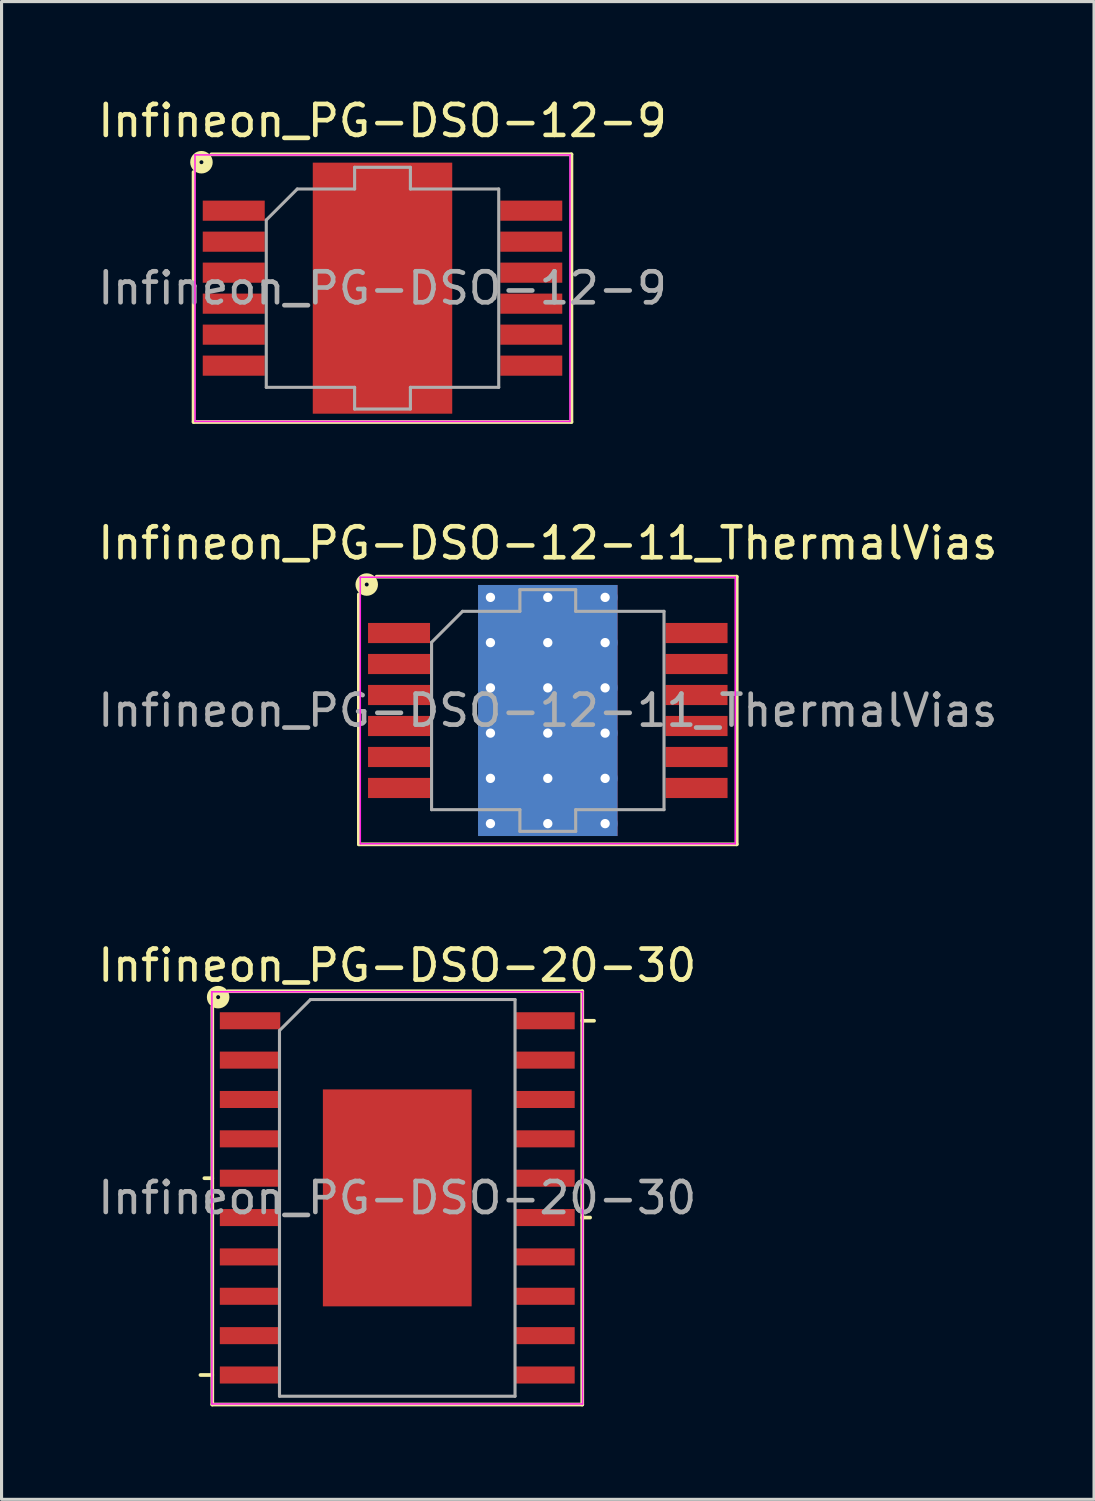
<source format=kicad_pcb>
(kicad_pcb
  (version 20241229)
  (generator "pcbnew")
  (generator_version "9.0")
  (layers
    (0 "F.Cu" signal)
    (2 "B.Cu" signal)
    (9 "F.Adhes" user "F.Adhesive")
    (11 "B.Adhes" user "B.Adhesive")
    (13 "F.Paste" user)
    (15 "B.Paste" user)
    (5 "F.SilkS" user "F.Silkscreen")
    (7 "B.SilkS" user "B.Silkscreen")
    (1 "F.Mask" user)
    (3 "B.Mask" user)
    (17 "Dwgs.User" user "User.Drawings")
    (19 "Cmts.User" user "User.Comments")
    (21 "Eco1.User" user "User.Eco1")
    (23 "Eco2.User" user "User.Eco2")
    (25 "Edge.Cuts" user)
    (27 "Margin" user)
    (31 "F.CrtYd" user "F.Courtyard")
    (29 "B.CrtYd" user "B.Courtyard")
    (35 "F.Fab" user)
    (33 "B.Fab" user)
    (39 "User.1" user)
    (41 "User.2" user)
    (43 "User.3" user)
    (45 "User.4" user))
  (footprint "Infineon_PG-DSO-12-11_ThermalVias"
    (layer "F.Cu")
    (at 14.625 19.875)
    (property "Reference" "Infineon_PG-DSO-12-11_ThermalVias" (at 0 -5.4 0) (layer "F.SilkS") (effects (font (size 1 1) (thickness 0.15))))
    (attr smd)
    (fp_line (start -6.096 -3.747) (end -6.096 4.318) (stroke (width 0.12) (type solid)) (layer "F.SilkS"))
    (fp_line (start -6.096 4.318) (end 6.096 4.318) (stroke (width 0.12) (type solid)) (layer "F.SilkS"))
    (fp_line (start 6.096 -4.318) (end -5.524 -4.318) (stroke (width 0.12) (type solid)) (layer "F.SilkS"))
    (fp_line (start 6.096 4.318) (end 6.096 -4.318) (stroke (width 0.12) (type solid)) (layer "F.SilkS"))
    (fp_circle (center -5.842 -4.064) (end -5.779 -4.064) (stroke (width 0.3) (type solid)) (fill no) (layer "F.SilkS"))
    (fp_line (start -6.05 -4.3) (end 6.05 -4.3) (stroke (width 0.05) (type solid)) (layer "F.CrtYd"))
    (fp_line (start -6.05 4.3) (end -6.05 -4.3) (stroke (width 0.05) (type solid)) (layer "F.CrtYd"))
    (fp_line (start 6.05 -4.3) (end 6.05 4.3) (stroke (width 0.05) (type solid)) (layer "F.CrtYd"))
    (fp_line (start 6.05 4.3) (end -6.05 4.3) (stroke (width 0.05) (type solid)) (layer "F.CrtYd"))
    (fp_line (start -3.75 3.2) (end -3.75 -2.2) (stroke (width 0.1) (type solid)) (layer "F.Fab"))
    (fp_line (start -2.75 -3.2) (end -3.75 -2.2) (stroke (width 0.1) (type solid)) (layer "F.Fab"))
    (fp_line (start -2.75 -3.2) (end -0.9 -3.2) (stroke (width 0.1) (type solid)) (layer "F.Fab"))
    (fp_line (start -0.9 -3.9) (end 0.9 -3.9) (stroke (width 0.1) (type solid)) (layer "F.Fab"))
    (fp_line (start -0.9 -3.2) (end -0.9 -3.9) (stroke (width 0.1) (type solid)) (layer "F.Fab"))
    (fp_line (start -0.9 3.2) (end -3.75 3.2) (stroke (width 0.1) (type solid)) (layer "F.Fab"))
    (fp_line (start -0.9 3.9) (end -0.9 3.2) (stroke (width 0.1) (type solid)) (layer "F.Fab"))
    (fp_line (start 0.9 -3.9) (end 0.9 -3.2) (stroke (width 0.1) (type solid)) (layer "F.Fab"))
    (fp_line (start 0.9 -3.2) (end 3.75 -3.2) (stroke (width 0.1) (type solid)) (layer "F.Fab"))
    (fp_line (start 0.9 3.2) (end 0.9 3.9) (stroke (width 0.1) (type solid)) (layer "F.Fab"))
    (fp_line (start 0.9 3.9) (end -0.9 3.9) (stroke (width 0.1) (type solid)) (layer "F.Fab"))
    (fp_line (start 3.75 -3.2) (end 3.75 3.2) (stroke (width 0.1) (type solid)) (layer "F.Fab"))
    (fp_line (start 3.75 3.2) (end 0.9 3.2) (stroke (width 0.1) (type solid)) (layer "F.Fab"))
    (fp_text user "${REFERENCE}" (at 0 0 0) (layer "F.Fab") (effects (font (size 1 1) (thickness 0.15))))
    (pad "" smd rect (at -0.925 -2.92) (size 1.55 1.16) (layers "F.Paste"))
    (pad "" smd rect (at -0.925 -1.46) (size 1.55 1.16) (layers "F.Paste"))
    (pad "" smd rect (at -0.925 0) (size 1.55 1.16) (layers "F.Paste"))
    (pad "" smd rect (at -0.925 1.46) (size 1.55 1.16) (layers "F.Paste"))
    (pad "" smd rect (at -0.925 2.92) (size 1.55 1.16) (layers "F.Paste"))
    (pad "" smd rect (at 0.925 -2.92) (size 1.55 1.16) (layers "F.Paste"))
    (pad "" smd rect (at 0.925 -1.46) (size 1.55 1.16) (layers "F.Paste"))
    (pad "" smd rect (at 0.925 0) (size 1.55 1.16) (layers "F.Paste"))
    (pad "" smd rect (at 0.925 1.46) (size 1.55 1.16) (layers "F.Paste"))
    (pad "" smd rect (at 0.925 2.92) (size 1.55 1.16) (layers "F.Paste"))
    (pad "1" smd rect (at -4.8 -2.5) (size 2 0.65) (layers "F.Cu" "F.Mask" "F.Paste"))
    (pad "2" smd rect (at -4.8 -1.5) (size 2 0.65) (layers "F.Cu" "F.Mask" "F.Paste"))
    (pad "3" smd rect (at -4.8 -0.5) (size 2 0.65) (layers "F.Cu" "F.Mask" "F.Paste"))
    (pad "4" smd rect (at -4.8 0.5) (size 2 0.65) (layers "F.Cu" "F.Mask" "F.Paste"))
    (pad "5" smd rect (at -4.8 1.5) (size 2 0.65) (layers "F.Cu" "F.Mask" "F.Paste"))
    (pad "6" smd rect (at -4.8 2.5) (size 2 0.65) (layers "F.Cu" "F.Mask" "F.Paste"))
    (pad "7" smd rect (at 4.8 2.5) (size 2 0.65) (layers "F.Cu" "F.Mask" "F.Paste"))
    (pad "8" smd rect (at 4.8 1.5) (size 2 0.65) (layers "F.Cu" "F.Mask" "F.Paste"))
    (pad "9" smd rect (at 4.8 0.5) (size 2 0.65) (layers "F.Cu" "F.Mask" "F.Paste"))
    (pad "10" smd rect (at 4.8 -0.5) (size 2 0.65) (layers "F.Cu" "F.Mask" "F.Paste"))
    (pad "11" smd rect (at 4.8 -1.5) (size 2 0.65) (layers "F.Cu" "F.Mask" "F.Paste"))
    (pad "12" smd rect (at 4.8 -2.5) (size 2 0.65) (layers "F.Cu" "F.Mask" "F.Paste"))
    (pad "13" thru_hole circle (at -1.85 -3.65) (size 0.8 0.8) (drill 0.3) (layers "*.Cu"))
    (pad "13" thru_hole circle (at -1.85 -2.19) (size 0.8 0.8) (drill 0.3) (layers "*.Cu"))
    (pad "13" thru_hole circle (at -1.85 -0.73) (size 0.8 0.8) (drill 0.3) (layers "*.Cu"))
    (pad "13" thru_hole circle (at -1.85 0.73) (size 0.8 0.8) (drill 0.3) (layers "*.Cu"))
    (pad "13" thru_hole circle (at -1.85 2.19) (size 0.8 0.8) (drill 0.3) (layers "*.Cu"))
    (pad "13" thru_hole circle (at -1.85 3.65) (size 0.8 0.8) (drill 0.3) (layers "*.Cu"))
    (pad "13" thru_hole circle (at 0 -3.65) (size 0.8 0.8) (drill 0.3) (layers "*.Cu"))
    (pad "13" thru_hole circle (at 0 -2.19) (size 0.8 0.8) (drill 0.3) (layers "*.Cu"))
    (pad "13" thru_hole circle (at 0 -0.73) (size 0.8 0.8) (drill 0.3) (layers "*.Cu"))
    (pad "13" smd rect (at 0 0) (size 4.5 8.1) (layers "F.Cu" "F.Mask"))
    (pad "13" smd rect (at 0 0) (size 4.5 8.1) (layers "B.Cu" "B.Mask"))
    (pad "13" thru_hole circle (at 0 0.73) (size 0.8 0.8) (drill 0.3) (layers "*.Cu"))
    (pad "13" thru_hole circle (at 0 2.19) (size 0.8 0.8) (drill 0.3) (layers "*.Cu"))
    (pad "13" thru_hole circle (at 0 3.65) (size 0.8 0.8) (drill 0.3) (layers "*.Cu"))
    (pad "13" thru_hole circle (at 1.85 -3.65) (size 0.8 0.8) (drill 0.3) (layers "*.Cu"))
    (pad "13" thru_hole circle (at 1.85 -2.19) (size 0.8 0.8) (drill 0.3) (layers "*.Cu"))
    (pad "13" thru_hole circle (at 1.85 -0.73) (size 0.8 0.8) (drill 0.3) (layers "*.Cu"))
    (pad "13" thru_hole circle (at 1.85 0.73) (size 0.8 0.8) (drill 0.3) (layers "*.Cu"))
    (pad "13" thru_hole circle (at 1.85 2.19) (size 0.8 0.8) (drill 0.3) (layers "*.Cu"))
    (pad "13" thru_hole circle (at 1.85 3.65) (size 0.8 0.8) (drill 0.3) (layers "*.Cu")))
  (footprint "Infineon_PG-DSO-20-30"
    (layer "F.Cu")
    (at 9.768 35.601)
    (property "Reference" "Infineon_PG-DSO-20-30" (at 0 -7.5 0) (layer "F.SilkS") (effects (font (size 1 1) (thickness 0.15))))
    (attr smd)
    (fp_line (start -5.969 -6.16) (end -5.969 6.668) (stroke (width 0.12) (type solid)) (layer "F.SilkS"))
    (fp_line (start -5.969 -0.635) (end -6.223 -0.635) (stroke (width 0.12) (type solid)) (layer "F.SilkS"))
    (fp_line (start -5.969 5.715) (end -6.35 5.715) (stroke (width 0.12) (type solid)) (layer "F.SilkS"))
    (fp_line (start -5.969 6.668) (end 5.969 6.668) (stroke (width 0.12) (type solid)) (layer "F.SilkS"))
    (fp_line (start 5.969 -6.668) (end -5.461 -6.668) (stroke (width 0.12) (type solid)) (layer "F.SilkS"))
    (fp_line (start 5.969 -5.715) (end 6.35 -5.715) (stroke (width 0.12) (type solid)) (layer "F.SilkS"))
    (fp_line (start 5.969 0.635) (end 6.223 0.635) (stroke (width 0.12) (type solid)) (layer "F.SilkS"))
    (fp_line (start 5.969 6.668) (end 5.969 -6.668) (stroke (width 0.12) (type solid)) (layer "F.SilkS"))
    (fp_circle (center -5.779 -6.477) (end -5.715 -6.477) (stroke (width 0.3) (type solid)) (fill no) (layer "F.SilkS"))
    (fp_line (start -5.98 -6.65) (end 5.98 -6.65) (stroke (width 0.05) (type solid)) (layer "F.CrtYd"))
    (fp_line (start -5.98 6.65) (end -5.98 -6.65) (stroke (width 0.05) (type solid)) (layer "F.CrtYd"))
    (fp_line (start -5.98 6.65) (end 5.98 6.65) (stroke (width 0.05) (type solid)) (layer "F.CrtYd"))
    (fp_line (start 5.98 6.65) (end 5.98 -6.65) (stroke (width 0.05) (type solid)) (layer "F.CrtYd"))
    (fp_line (start -3.8 6.4) (end -3.8 -5.4) (stroke (width 0.1) (type solid)) (layer "F.Fab"))
    (fp_line (start -2.8 -6.4) (end -3.8 -5.4) (stroke (width 0.1) (type solid)) (layer "F.Fab"))
    (fp_line (start -2.8 -6.4) (end 3.8 -6.4) (stroke (width 0.1) (type solid)) (layer "F.Fab"))
    (fp_line (start 3.8 -6.4) (end 3.8 6.4) (stroke (width 0.1) (type solid)) (layer "F.Fab"))
    (fp_line (start 3.8 6.4) (end -3.8 6.4) (stroke (width 0.1) (type solid)) (layer "F.Fab"))
    (fp_text user "${REFERENCE}" (at 0 0 0) (layer "F.Fab") (effects (font (size 1 1) (thickness 0.15))))
    (pad "" smd rect (at -1.2 -2.8) (size 2.1 1.1) (layers "F.Paste"))
    (pad "" smd rect (at -1.2 -1.4) (size 2.1 1.1) (layers "F.Paste"))
    (pad "" smd rect (at -1.2 0) (size 2.1 1.1) (layers "F.Paste"))
    (pad "" smd rect (at -1.2 1.4) (size 2.1 1.1) (layers "F.Paste"))
    (pad "" smd rect (at -1.2 2.8) (size 2.1 1.1) (layers "F.Paste"))
    (pad "" smd rect (at 1.2 -2.8) (size 2.1 1.1) (layers "F.Paste"))
    (pad "" smd rect (at 1.2 -1.4) (size 2.1 1.1) (layers "F.Paste"))
    (pad "" smd rect (at 1.2 0) (size 2.1 1.1) (layers "F.Paste"))
    (pad "" smd rect (at 1.2 1.4) (size 2.1 1.1) (layers "F.Paste"))
    (pad "" smd rect (at 1.2 2.8) (size 2.1 1.1) (layers "F.Paste"))
    (pad "1" smd rect (at -4.75 -5.715 90) (size 0.55 1.95) (layers "F.Cu" "F.Mask" "F.Paste"))
    (pad "2" smd rect (at -4.75 -4.445 90) (size 0.55 1.95) (layers "F.Cu" "F.Mask" "F.Paste"))
    (pad "3" smd rect (at -4.75 -3.175 90) (size 0.55 1.95) (layers "F.Cu" "F.Mask" "F.Paste"))
    (pad "4" smd rect (at -4.75 -1.905 90) (size 0.55 1.95) (layers "F.Cu" "F.Mask" "F.Paste"))
    (pad "5" smd rect (at -4.75 -0.635 90) (size 0.55 1.95) (layers "F.Cu" "F.Mask" "F.Paste"))
    (pad "6" smd rect (at -4.75 0.635 90) (size 0.55 1.95) (layers "F.Cu" "F.Mask" "F.Paste"))
    (pad "7" smd rect (at -4.75 1.905 90) (size 0.55 1.95) (layers "F.Cu" "F.Mask" "F.Paste"))
    (pad "8" smd rect (at -4.75 3.175 90) (size 0.55 1.95) (layers "F.Cu" "F.Mask" "F.Paste"))
    (pad "9" smd rect (at -4.75 4.445 90) (size 0.55 1.95) (layers "F.Cu" "F.Mask" "F.Paste"))
    (pad "10" smd rect (at -4.75 5.715 90) (size 0.55 1.95) (layers "F.Cu" "F.Mask" "F.Paste"))
    (pad "11" smd rect (at 4.75 5.715 90) (size 0.55 1.95) (layers "F.Cu" "F.Mask" "F.Paste"))
    (pad "12" smd rect (at 4.75 4.445 90) (size 0.55 1.95) (layers "F.Cu" "F.Mask" "F.Paste"))
    (pad "13" smd rect (at 4.75 3.175 90) (size 0.55 1.95) (layers "F.Cu" "F.Mask" "F.Paste"))
    (pad "14" smd rect (at 4.75 1.905 90) (size 0.55 1.95) (layers "F.Cu" "F.Mask" "F.Paste"))
    (pad "15" smd rect (at 4.75 0.635 90) (size 0.55 1.95) (layers "F.Cu" "F.Mask" "F.Paste"))
    (pad "16" smd rect (at 4.75 -0.635 90) (size 0.55 1.95) (layers "F.Cu" "F.Mask" "F.Paste"))
    (pad "17" smd rect (at 4.75 -1.905 90) (size 0.55 1.95) (layers "F.Cu" "F.Mask" "F.Paste"))
    (pad "18" smd rect (at 4.75 -3.175 90) (size 0.55 1.95) (layers "F.Cu" "F.Mask" "F.Paste"))
    (pad "19" smd rect (at 4.75 -4.445 90) (size 0.55 1.95) (layers "F.Cu" "F.Mask" "F.Paste"))
    (pad "20" smd rect (at 4.75 -5.715 90) (size 0.55 1.95) (layers "F.Cu" "F.Mask" "F.Paste"))
    (pad "21" smd rect (at 0 0) (size 4.8 7) (layers "F.Cu" "F.Mask")))
  (footprint "Infineon_PG-DSO-12-9"
    (layer "F.Cu")
    (at 9.292 6.248)
    (property "Reference" "Infineon_PG-DSO-12-9" (at 0 -5.4 0) (layer "F.SilkS") (effects (font (size 1 1) (thickness 0.15))))
    (attr smd)
    (fp_line (start -6.096 -3.747) (end -6.096 4.318) (stroke (width 0.12) (type solid)) (layer "F.SilkS"))
    (fp_line (start -6.096 4.318) (end 6.096 4.318) (stroke (width 0.12) (type solid)) (layer "F.SilkS"))
    (fp_line (start 6.096 -4.318) (end -5.524 -4.318) (stroke (width 0.12) (type solid)) (layer "F.SilkS"))
    (fp_line (start 6.096 4.318) (end 6.096 -4.318) (stroke (width 0.12) (type solid)) (layer "F.SilkS"))
    (fp_circle (center -5.842 -4.064) (end -5.779 -4.064) (stroke (width 0.3) (type solid)) (fill no) (layer "F.SilkS"))
    (fp_line (start -6.05 -4.3) (end 6.05 -4.3) (stroke (width 0.05) (type solid)) (layer "F.CrtYd"))
    (fp_line (start -6.05 4.3) (end -6.05 -4.3) (stroke (width 0.05) (type solid)) (layer "F.CrtYd"))
    (fp_line (start 6.05 -4.3) (end 6.05 4.3) (stroke (width 0.05) (type solid)) (layer "F.CrtYd"))
    (fp_line (start 6.05 4.3) (end -6.05 4.3) (stroke (width 0.05) (type solid)) (layer "F.CrtYd"))
    (fp_line (start -3.75 3.2) (end -3.75 -2.2) (stroke (width 0.1) (type solid)) (layer "F.Fab"))
    (fp_line (start -2.75 -3.2) (end -3.75 -2.2) (stroke (width 0.1) (type solid)) (layer "F.Fab"))
    (fp_line (start -2.75 -3.2) (end -0.9 -3.2) (stroke (width 0.1) (type solid)) (layer "F.Fab"))
    (fp_line (start -0.9 -3.9) (end 0.9 -3.9) (stroke (width 0.1) (type solid)) (layer "F.Fab"))
    (fp_line (start -0.9 -3.2) (end -0.9 -3.9) (stroke (width 0.1) (type solid)) (layer "F.Fab"))
    (fp_line (start -0.9 3.2) (end -3.75 3.2) (stroke (width 0.1) (type solid)) (layer "F.Fab"))
    (fp_line (start -0.9 3.9) (end -0.9 3.2) (stroke (width 0.1) (type solid)) (layer "F.Fab"))
    (fp_line (start 0.9 -3.9) (end 0.9 -3.2) (stroke (width 0.1) (type solid)) (layer "F.Fab"))
    (fp_line (start 0.9 -3.2) (end 3.75 -3.2) (stroke (width 0.1) (type solid)) (layer "F.Fab"))
    (fp_line (start 0.9 3.2) (end 0.9 3.9) (stroke (width 0.1) (type solid)) (layer "F.Fab"))
    (fp_line (start 0.9 3.9) (end -0.9 3.9) (stroke (width 0.1) (type solid)) (layer "F.Fab"))
    (fp_line (start 3.75 -3.2) (end 3.75 3.2) (stroke (width 0.1) (type solid)) (layer "F.Fab"))
    (fp_line (start 3.75 3.2) (end 0.9 3.2) (stroke (width 0.1) (type solid)) (layer "F.Fab"))
    (fp_text user "${REFERENCE}" (at 0 0 0) (layer "F.Fab") (effects (font (size 1 1) (thickness 0.15))))
    (pad "" smd rect (at -1.125 -2.92) (size 1.95 1.16) (layers "F.Paste"))
    (pad "" smd rect (at -1.125 -1.46) (size 1.95 1.16) (layers "F.Paste"))
    (pad "" smd rect (at -1.125 0) (size 1.95 1.16) (layers "F.Paste"))
    (pad "" smd rect (at -1.125 1.46) (size 1.95 1.16) (layers "F.Paste"))
    (pad "" smd rect (at -1.125 2.92) (size 1.95 1.16) (layers "F.Paste"))
    (pad "" smd rect (at 1.125 -2.92) (size 1.95 1.16) (layers "F.Paste"))
    (pad "" smd rect (at 1.125 -1.46) (size 1.95 1.16) (layers "F.Paste"))
    (pad "" smd rect (at 1.125 0) (size 1.95 1.16) (layers "F.Paste"))
    (pad "" smd rect (at 1.125 1.46) (size 1.95 1.16) (layers "F.Paste"))
    (pad "" smd rect (at 1.125 2.92) (size 1.95 1.16) (layers "F.Paste"))
    (pad "1" smd rect (at -4.8 -2.5) (size 2 0.65) (layers "F.Cu" "F.Mask" "F.Paste"))
    (pad "2" smd rect (at -4.8 -1.5) (size 2 0.65) (layers "F.Cu" "F.Mask" "F.Paste"))
    (pad "3" smd rect (at -4.8 -0.5) (size 2 0.65) (layers "F.Cu" "F.Mask" "F.Paste"))
    (pad "4" smd rect (at -4.8 0.5) (size 2 0.65) (layers "F.Cu" "F.Mask" "F.Paste"))
    (pad "5" smd rect (at -4.8 1.5) (size 2 0.65) (layers "F.Cu" "F.Mask" "F.Paste"))
    (pad "6" smd rect (at -4.8 2.5) (size 2 0.65) (layers "F.Cu" "F.Mask" "F.Paste"))
    (pad "7" smd rect (at 4.8 2.5) (size 2 0.65) (layers "F.Cu" "F.Mask" "F.Paste"))
    (pad "8" smd rect (at 4.8 1.5) (size 2 0.65) (layers "F.Cu" "F.Mask" "F.Paste"))
    (pad "9" smd rect (at 4.8 0.5) (size 2 0.65) (layers "F.Cu" "F.Mask" "F.Paste"))
    (pad "10" smd rect (at 4.8 -0.5) (size 2 0.65) (layers "F.Cu" "F.Mask" "F.Paste"))
    (pad "11" smd rect (at 4.8 -1.5) (size 2 0.65) (layers "F.Cu" "F.Mask" "F.Paste"))
    (pad "12" smd rect (at 4.8 -2.5) (size 2 0.65) (layers "F.Cu" "F.Mask" "F.Paste"))
    (pad "13" smd rect (at 0 0) (size 4.5 8.1) (layers "F.Cu" "F.Mask")))
  (gr_rect
    (start -3 -3)
    (end 32.25 45.328)
    (stroke (width 0.1) (type default))
    (fill no)
    (layer "Edge.Cuts")))
</source>
